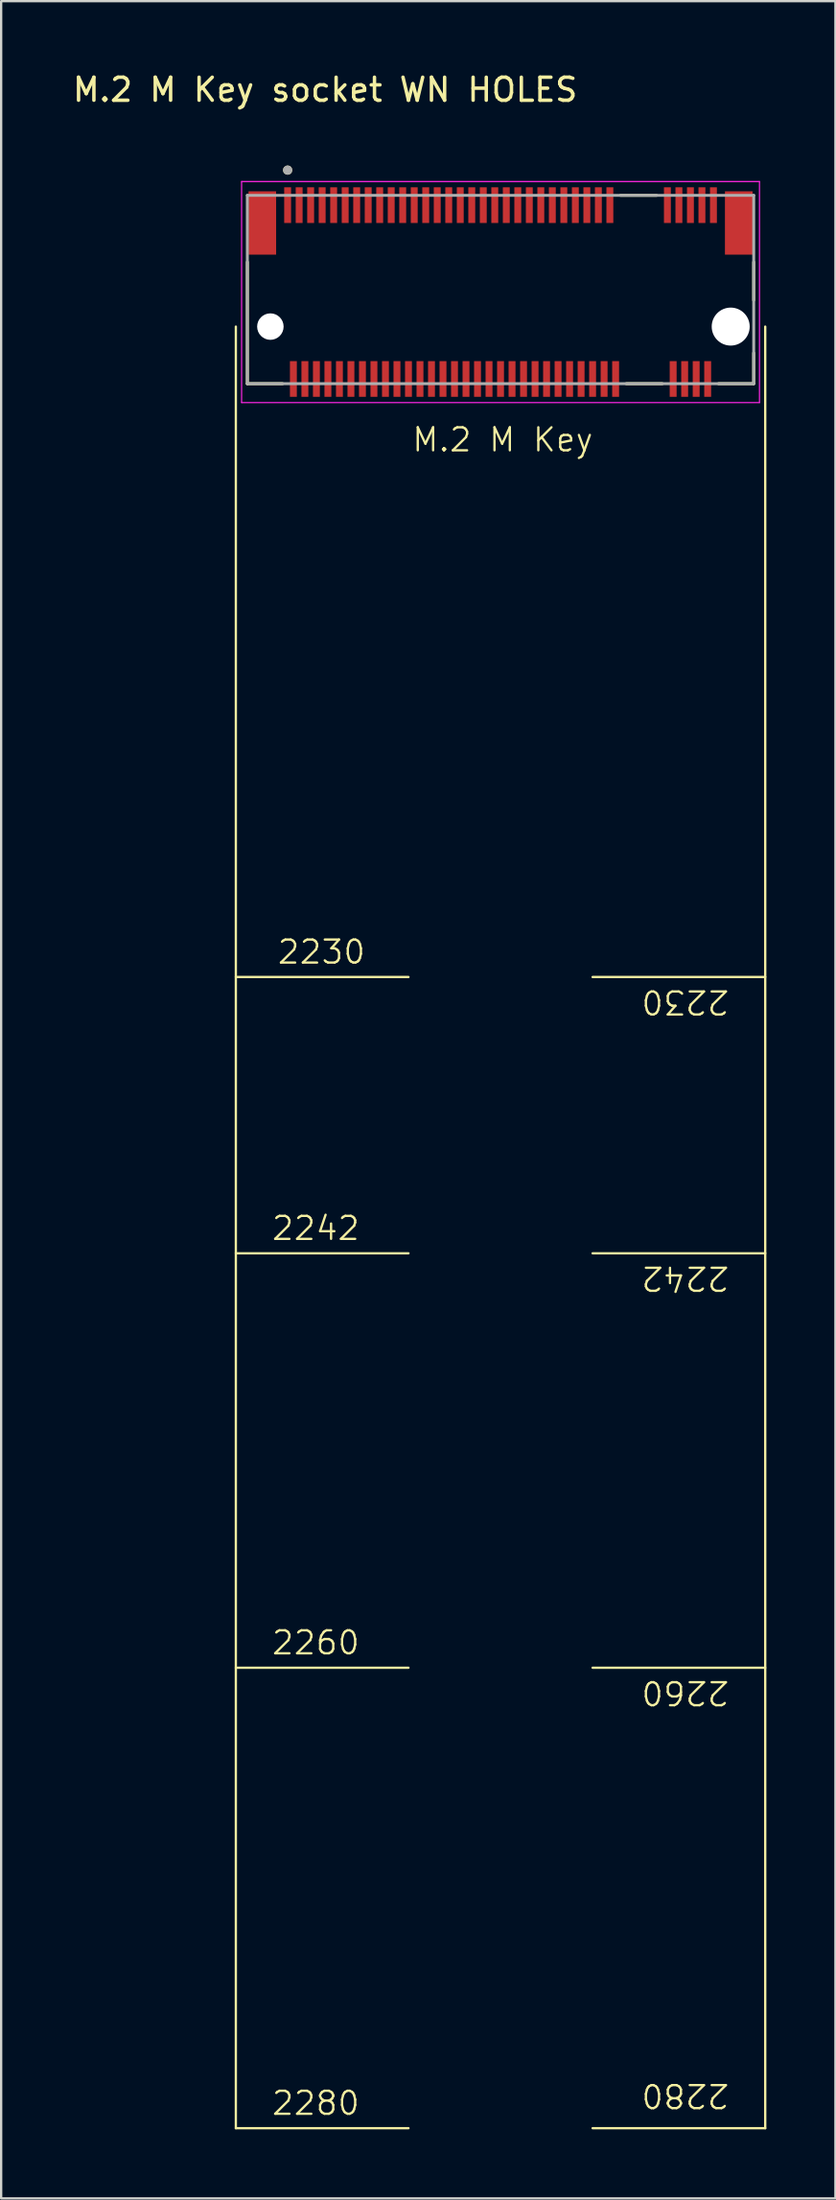
<source format=kicad_pcb>
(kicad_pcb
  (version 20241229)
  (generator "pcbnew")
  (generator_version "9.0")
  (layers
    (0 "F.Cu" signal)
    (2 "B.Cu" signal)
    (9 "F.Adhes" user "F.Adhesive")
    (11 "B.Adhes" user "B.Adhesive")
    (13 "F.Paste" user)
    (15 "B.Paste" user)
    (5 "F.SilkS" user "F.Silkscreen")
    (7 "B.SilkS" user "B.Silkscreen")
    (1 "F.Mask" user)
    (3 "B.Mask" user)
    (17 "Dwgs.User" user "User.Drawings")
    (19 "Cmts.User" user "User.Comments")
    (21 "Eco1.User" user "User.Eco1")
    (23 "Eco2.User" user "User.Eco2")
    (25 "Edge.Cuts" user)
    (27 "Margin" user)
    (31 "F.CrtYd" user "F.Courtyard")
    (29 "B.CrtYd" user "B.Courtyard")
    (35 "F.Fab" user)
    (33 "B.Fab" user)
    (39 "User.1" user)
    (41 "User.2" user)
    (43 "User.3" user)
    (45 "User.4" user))
  (footprint "M.2 M Key socket WN HOLES"
    (layer "F.Cu")
    (at 18.697 11.135)
    (property "Reference" "M.2 M Key socket WN HOLES" (at -7.62 -10.287 0) (layer "F.SilkS") (effects (font (size 1 1) (thickness 0.15))))
    (fp_line (start -11.5 0) (end -11.5 78.25) (stroke (width 0.1) (type default)) (layer "F.SilkS"))
    (fp_line (start -11.5 28.25) (end -4 28.25) (stroke (width 0.1) (type default)) (layer "F.SilkS"))
    (fp_line (start -11.5 40.25) (end -4 40.25) (stroke (width 0.1) (type default)) (layer "F.SilkS"))
    (fp_line (start -11.5 58.25) (end -4 58.25) (stroke (width 0.1) (type default)) (layer "F.SilkS"))
    (fp_line (start -11.5 78.25) (end -4 78.25) (stroke (width 0.1) (type default)) (layer "F.SilkS"))
    (fp_line (start -11 2.48) (end -11 -2.805) (stroke (width 0.127) (type solid)) (layer "F.SilkS"))
    (fp_line (start -9.47 2.48) (end -11 2.48) (stroke (width 0.127) (type solid)) (layer "F.SilkS"))
    (fp_line (start 4 28.25) (end 11.5 28.25) (stroke (width 0.1) (type default)) (layer "F.SilkS"))
    (fp_line (start 4 40.25) (end 11.5 40.25) (stroke (width 0.1) (type default)) (layer "F.SilkS"))
    (fp_line (start 4 58.25) (end 11.5 58.25) (stroke (width 0.1) (type default)) (layer "F.SilkS"))
    (fp_line (start 4 78.25) (end 11.5 78.25) (stroke (width 0.1) (type default)) (layer "F.SilkS"))
    (fp_line (start 5.213 -5.7) (end 6.777 -5.7) (stroke (width 0.127) (type solid)) (layer "F.SilkS"))
    (fp_line (start 5.463 2.48) (end 7.027 2.48) (stroke (width 0.127) (type solid)) (layer "F.SilkS"))
    (fp_line (start 11 -2.805) (end 11 -1.145) (stroke (width 0.127) (type solid)) (layer "F.SilkS"))
    (fp_line (start 11 2.48) (end 9.47 2.48) (stroke (width 0.127) (type solid)) (layer "F.SilkS"))
    (fp_line (start 11 2.48) (end 11 1.145) (stroke (width 0.127) (type solid)) (layer "F.SilkS"))
    (fp_line (start 11.5 78.25) (end 11.5 0) (stroke (width 0.1) (type default)) (layer "F.SilkS"))
    (fp_circle (center -9.25 -6.796) (end -9.15 -6.796) (stroke (width 0.2) (type solid)) (fill no) (layer "F.SilkS"))
    (fp_line (start -11.25 -6.3) (end -11.25 3.3) (stroke (width 0.05) (type solid)) (layer "F.CrtYd"))
    (fp_line (start -11.25 3.3) (end 11.25 3.3) (stroke (width 0.05) (type solid)) (layer "F.CrtYd"))
    (fp_line (start 11.25 -6.3) (end -11.25 -6.3) (stroke (width 0.05) (type solid)) (layer "F.CrtYd"))
    (fp_line (start 11.25 3.3) (end 11.25 -6.3) (stroke (width 0.05) (type solid)) (layer "F.CrtYd"))
    (fp_line (start -11 -5.7) (end 11 -5.7) (stroke (width 0.127) (type solid)) (layer "F.Fab"))
    (fp_line (start -11 2.48) (end -11 -5.7) (stroke (width 0.127) (type solid)) (layer "F.Fab"))
    (fp_line (start 11 -5.7) (end 11 2.48) (stroke (width 0.127) (type solid)) (layer "F.Fab"))
    (fp_line (start 11 2.48) (end -11 2.48) (stroke (width 0.127) (type solid)) (layer "F.Fab"))
    (fp_circle (center -9.25 -6.796) (end -9.15 -6.796) (stroke (width 0.2) (type solid)) (fill no) (layer "F.Fab"))
    (fp_text user "2280" (at 10 76.25 180) (unlocked yes) (layer "F.SilkS") (effects (font (size 1 1) (thickness 0.1)) (justify left bottom)))
    (fp_text user "2260" (at 10 58.75 180) (unlocked yes) (layer "F.SilkS") (effects (font (size 1 1) (thickness 0.1)) (justify left bottom)))
    (fp_text user "2230" (at -9.75 27.75 0) (unlocked yes) (layer "F.SilkS") (effects (font (size 1 1) (thickness 0.1)) (justify left bottom)))
    (fp_text user "2280" (at -10 77.75 0) (unlocked yes) (layer "F.SilkS") (effects (font (size 1 1) (thickness 0.1)) (justify left bottom)))
    (fp_text user "2260" (at -10 57.75 0) (unlocked yes) (layer "F.SilkS") (effects (font (size 1 1) (thickness 0.1)) (justify left bottom)))
    (fp_text user "2242" (at 10 40.75 180) (unlocked yes) (layer "F.SilkS") (effects (font (size 1 1) (thickness 0.1)) (justify left bottom)))
    (fp_text user "2242" (at -10 39.75 0) (unlocked yes) (layer "F.SilkS") (effects (font (size 1 1) (thickness 0.1)) (justify left bottom)))
    (fp_text user "2230" (at 10 28.75 180) (unlocked yes) (layer "F.SilkS") (effects (font (size 1 1) (thickness 0.1)) (justify left bottom)))
    (fp_text user "M.2 M Key" (at -3.9 5.5 0) (unlocked yes) (layer "F.SilkS") (effects (font (size 1 1) (thickness 0.1)) (justify left bottom)))
    (pad "" np_thru_hole circle (at -10 0) (size 1.15 1.15) (drill 1.15) (layers "*.Cu" "*.Mask"))
    (pad "" np_thru_hole circle (at 10 0) (size 1.65 1.65) (drill 1.65) (layers "*.Cu" "*.Mask"))
    (pad "1" smd rect (at -9.25 -5.275) (size 0.3 1.55) (layers "F.Cu" "F.Mask" "F.Paste"))
    (pad "2" smd rect (at -9 2.275) (size 0.3 1.55) (layers "F.Cu" "F.Mask" "F.Paste"))
    (pad "3" smd rect (at -8.75 -5.275) (size 0.3 1.55) (layers "F.Cu" "F.Mask" "F.Paste"))
    (pad "4" smd rect (at -8.5 2.275) (size 0.3 1.55) (layers "F.Cu" "F.Mask" "F.Paste"))
    (pad "5" smd rect (at -8.25 -5.275) (size 0.3 1.55) (layers "F.Cu" "F.Mask" "F.Paste"))
    (pad "6" smd rect (at -8 2.275) (size 0.3 1.55) (layers "F.Cu" "F.Mask" "F.Paste"))
    (pad "7" smd rect (at -7.75 -5.275) (size 0.3 1.55) (layers "F.Cu" "F.Mask" "F.Paste"))
    (pad "8" smd rect (at -7.5 2.275) (size 0.3 1.55) (layers "F.Cu" "F.Mask" "F.Paste"))
    (pad "9" smd rect (at -7.25 -5.275) (size 0.3 1.55) (layers "F.Cu" "F.Mask" "F.Paste"))
    (pad "10" smd rect (at -7 2.275) (size 0.3 1.55) (layers "F.Cu" "F.Mask" "F.Paste"))
    (pad "11" smd rect (at -6.75 -5.275) (size 0.3 1.55) (layers "F.Cu" "F.Mask" "F.Paste"))
    (pad "12" smd rect (at -6.5 2.275) (size 0.3 1.55) (layers "F.Cu" "F.Mask" "F.Paste"))
    (pad "13" smd rect (at -6.25 -5.275) (size 0.3 1.55) (layers "F.Cu" "F.Mask" "F.Paste"))
    (pad "14" smd rect (at -6 2.275) (size 0.3 1.55) (layers "F.Cu" "F.Mask" "F.Paste"))
    (pad "15" smd rect (at -5.75 -5.275) (size 0.3 1.55) (layers "F.Cu" "F.Mask" "F.Paste"))
    (pad "16" smd rect (at -5.5 2.275) (size 0.3 1.55) (layers "F.Cu" "F.Mask" "F.Paste"))
    (pad "17" smd rect (at -5.25 -5.275) (size 0.3 1.55) (layers "F.Cu" "F.Mask" "F.Paste"))
    (pad "18" smd rect (at -5 2.275) (size 0.3 1.55) (layers "F.Cu" "F.Mask" "F.Paste"))
    (pad "19" smd rect (at -4.75 -5.275) (size 0.3 1.55) (layers "F.Cu" "F.Mask" "F.Paste"))
    (pad "20" smd rect (at -4.5 2.275) (size 0.3 1.55) (layers "F.Cu" "F.Mask" "F.Paste"))
    (pad "21" smd rect (at -4.25 -5.275) (size 0.3 1.55) (layers "F.Cu" "F.Mask" "F.Paste"))
    (pad "22" smd rect (at -4 2.275) (size 0.3 1.55) (layers "F.Cu" "F.Mask" "F.Paste"))
    (pad "23" smd rect (at -3.75 -5.275) (size 0.3 1.55) (layers "F.Cu" "F.Mask" "F.Paste"))
    (pad "24" smd rect (at -3.5 2.275) (size 0.3 1.55) (layers "F.Cu" "F.Mask" "F.Paste"))
    (pad "25" smd rect (at -3.25 -5.275) (size 0.3 1.55) (layers "F.Cu" "F.Mask" "F.Paste"))
    (pad "26" smd rect (at -3 2.275) (size 0.3 1.55) (layers "F.Cu" "F.Mask" "F.Paste"))
    (pad "27" smd rect (at -2.75 -5.275) (size 0.3 1.55) (layers "F.Cu" "F.Mask" "F.Paste"))
    (pad "28" smd rect (at -2.5 2.275) (size 0.3 1.55) (layers "F.Cu" "F.Mask" "F.Paste"))
    (pad "29" smd rect (at -2.25 -5.275) (size 0.3 1.55) (layers "F.Cu" "F.Mask" "F.Paste"))
    (pad "30" smd rect (at -2 2.275) (size 0.3 1.55) (layers "F.Cu" "F.Mask" "F.Paste"))
    (pad "31" smd rect (at -1.75 -5.275) (size 0.3 1.55) (layers "F.Cu" "F.Mask" "F.Paste"))
    (pad "32" smd rect (at -1.5 2.275) (size 0.3 1.55) (layers "F.Cu" "F.Mask" "F.Paste"))
    (pad "33" smd rect (at -1.25 -5.275) (size 0.3 1.55) (layers "F.Cu" "F.Mask" "F.Paste"))
    (pad "34" smd rect (at -1 2.275) (size 0.3 1.55) (layers "F.Cu" "F.Mask" "F.Paste"))
    (pad "35" smd rect (at -0.75 -5.275) (size 0.3 1.55) (layers "F.Cu" "F.Mask" "F.Paste"))
    (pad "36" smd rect (at -0.5 2.275) (size 0.3 1.55) (layers "F.Cu" "F.Mask" "F.Paste"))
    (pad "37" smd rect (at -0.25 -5.275) (size 0.3 1.55) (layers "F.Cu" "F.Mask" "F.Paste"))
    (pad "38" smd rect (at 0 2.275) (size 0.3 1.55) (layers "F.Cu" "F.Mask" "F.Paste"))
    (pad "39" smd rect (at 0.25 -5.275) (size 0.3 1.55) (layers "F.Cu" "F.Mask" "F.Paste"))
    (pad "40" smd rect (at 0.5 2.275) (size 0.3 1.55) (layers "F.Cu" "F.Mask" "F.Paste"))
    (pad "41" smd rect (at 0.75 -5.275) (size 0.3 1.55) (layers "F.Cu" "F.Mask" "F.Paste"))
    (pad "42" smd rect (at 1 2.275) (size 0.3 1.55) (layers "F.Cu" "F.Mask" "F.Paste"))
    (pad "43" smd rect (at 1.25 -5.275) (size 0.3 1.55) (layers "F.Cu" "F.Mask" "F.Paste"))
    (pad "44" smd rect (at 1.5 2.275) (size 0.3 1.55) (layers "F.Cu" "F.Mask" "F.Paste"))
    (pad "45" smd rect (at 1.75 -5.275) (size 0.3 1.55) (layers "F.Cu" "F.Mask" "F.Paste"))
    (pad "46" smd rect (at 2 2.275) (size 0.3 1.55) (layers "F.Cu" "F.Mask" "F.Paste"))
    (pad "47" smd rect (at 2.25 -5.275) (size 0.3 1.55) (layers "F.Cu" "F.Mask" "F.Paste"))
    (pad "48" smd rect (at 2.5 2.275) (size 0.3 1.55) (layers "F.Cu" "F.Mask" "F.Paste"))
    (pad "49" smd rect (at 2.75 -5.275) (size 0.3 1.55) (layers "F.Cu" "F.Mask" "F.Paste"))
    (pad "50" smd rect (at 3 2.275) (size 0.3 1.55) (layers "F.Cu" "F.Mask" "F.Paste"))
    (pad "51" smd rect (at 3.25 -5.275) (size 0.3 1.55) (layers "F.Cu" "F.Mask" "F.Paste"))
    (pad "52" smd rect (at 3.5 2.275) (size 0.3 1.55) (layers "F.Cu" "F.Mask" "F.Paste"))
    (pad "53" smd rect (at 3.75 -5.275) (size 0.3 1.55) (layers "F.Cu" "F.Mask" "F.Paste"))
    (pad "54" smd rect (at 4 2.275) (size 0.3 1.55) (layers "F.Cu" "F.Mask" "F.Paste"))
    (pad "55" smd rect (at 4.25 -5.275) (size 0.3 1.55) (layers "F.Cu" "F.Mask" "F.Paste"))
    (pad "56" smd rect (at 4.5 2.275) (size 0.3 1.55) (layers "F.Cu" "F.Mask" "F.Paste"))
    (pad "57" smd rect (at 4.75 -5.275) (size 0.3 1.55) (layers "F.Cu" "F.Mask" "F.Paste"))
    (pad "58" smd rect (at 5 2.275) (size 0.3 1.55) (layers "F.Cu" "F.Mask" "F.Paste"))
    (pad "67" smd rect (at 7.25 -5.275) (size 0.3 1.55) (layers "F.Cu" "F.Mask" "F.Paste"))
    (pad "68" smd rect (at 7.5 2.275) (size 0.3 1.55) (layers "F.Cu" "F.Mask" "F.Paste"))
    (pad "69" smd rect (at 7.75 -5.275) (size 0.3 1.55) (layers "F.Cu" "F.Mask" "F.Paste"))
    (pad "70" smd rect (at 8 2.275) (size 0.3 1.55) (layers "F.Cu" "F.Mask" "F.Paste"))
    (pad "71" smd rect (at 8.25 -5.275) (size 0.3 1.55) (layers "F.Cu" "F.Mask" "F.Paste"))
    (pad "72" smd rect (at 8.5 2.275) (size 0.3 1.55) (layers "F.Cu" "F.Mask" "F.Paste"))
    (pad "73" smd rect (at 8.75 -5.275) (size 0.3 1.55) (layers "F.Cu" "F.Mask" "F.Paste"))
    (pad "74" smd rect (at 9 2.275) (size 0.3 1.55) (layers "F.Cu" "F.Mask" "F.Paste"))
    (pad "75" smd rect (at 9.25 -5.275) (size 0.3 1.55) (layers "F.Cu" "F.Mask" "F.Paste"))
    (pad "S1" smd rect (at -10.35 -4.5) (size 1.2 2.75) (layers "F.Cu" "F.Mask" "F.Paste"))
    (pad "S2" smd rect (at 10.35 -4.5) (size 1.2 2.75) (layers "F.Cu" "F.Mask" "F.Paste")))
  (gr_rect
    (start -3 -3)
    (end 33.247 92.435)
    (stroke (width 0.1) (type default))
    (fill no)
    (layer "Edge.Cuts")))
</source>
